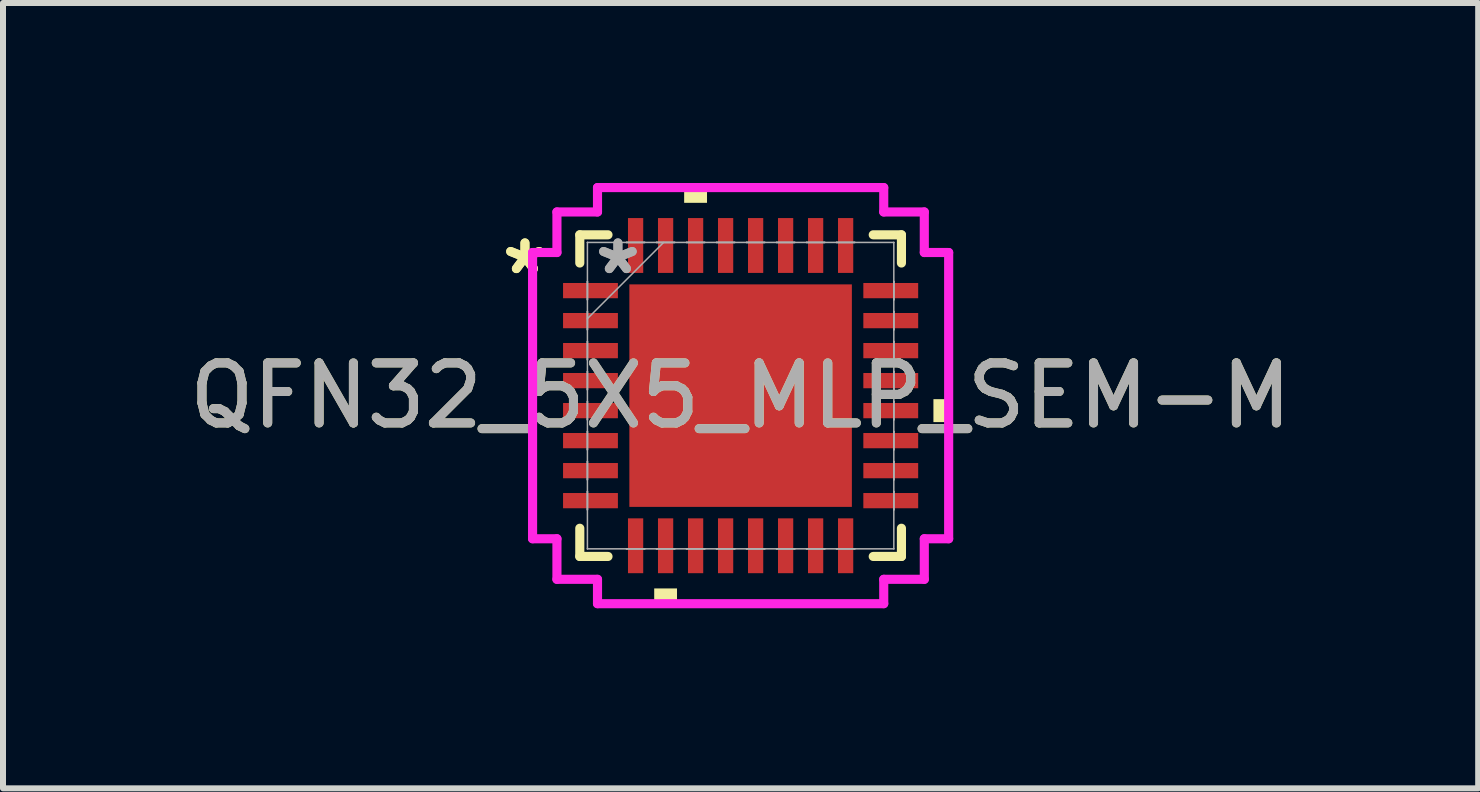
<source format=kicad_pcb>
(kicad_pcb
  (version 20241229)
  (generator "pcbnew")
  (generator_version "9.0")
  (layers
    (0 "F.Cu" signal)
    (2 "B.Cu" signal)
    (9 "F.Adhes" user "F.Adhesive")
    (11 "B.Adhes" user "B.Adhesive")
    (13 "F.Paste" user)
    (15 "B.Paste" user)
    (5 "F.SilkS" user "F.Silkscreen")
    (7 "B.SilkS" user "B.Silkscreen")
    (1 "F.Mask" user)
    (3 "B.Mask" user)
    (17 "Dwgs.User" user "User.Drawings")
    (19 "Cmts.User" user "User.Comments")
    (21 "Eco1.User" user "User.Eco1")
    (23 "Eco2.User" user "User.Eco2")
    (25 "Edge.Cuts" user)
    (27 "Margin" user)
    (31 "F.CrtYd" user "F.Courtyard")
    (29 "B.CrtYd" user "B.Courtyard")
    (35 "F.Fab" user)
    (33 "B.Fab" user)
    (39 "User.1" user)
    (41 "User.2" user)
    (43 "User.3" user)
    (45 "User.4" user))
  (footprint "QFN32_5X5_MLP_SEM-M"
    (layer "F.Cu")
    (at 9.292 3.543)
    (property "Reference" "QFN32_5X5_MLP_SEM-M" (at 0 0 0) (unlocked yes) (layer "F.SilkS") (effects (font (size 1 1) (thickness 0.15))))
    (attr smd)
    (fp_line (start -2.68 -2.68) (end -2.68 -2.21) (stroke (width 0.152) (type solid)) (layer "F.SilkS"))
    (fp_line (start -2.68 2.21) (end -2.68 2.68) (stroke (width 0.152) (type solid)) (layer "F.SilkS"))
    (fp_line (start -2.68 2.68) (end -2.21 2.68) (stroke (width 0.152) (type solid)) (layer "F.SilkS"))
    (fp_line (start -2.21 -2.68) (end -2.68 -2.68) (stroke (width 0.152) (type solid)) (layer "F.SilkS"))
    (fp_line (start 2.21 2.68) (end 2.68 2.68) (stroke (width 0.152) (type solid)) (layer "F.SilkS"))
    (fp_line (start 2.68 -2.68) (end 2.21 -2.68) (stroke (width 0.152) (type solid)) (layer "F.SilkS"))
    (fp_line (start 2.68 -2.21) (end 2.68 -2.68) (stroke (width 0.152) (type solid)) (layer "F.SilkS"))
    (fp_line (start 2.68 2.68) (end 2.68 2.21) (stroke (width 0.152) (type solid)) (layer "F.SilkS"))
    (fp_poly (pts (xy -1.44 3.213) (xy -1.44 3.467) (xy -1.06 3.467) (xy -1.06 3.213)) (stroke (width 0) (type solid)) (fill yes) (layer "F.SilkS"))
    (fp_poly (pts (xy -0.941 -3.213) (xy -0.941 -3.467) (xy -0.56 -3.467) (xy -0.56 -3.213)) (stroke (width 0) (type solid)) (fill yes) (layer "F.SilkS"))
    (fp_poly (pts (xy 3.467 0.059) (xy 3.467 0.441) (xy 3.213 0.441) (xy 3.213 0.059)) (stroke (width 0) (type solid)) (fill yes) (layer "F.SilkS"))
    (fp_poly (pts (xy -1.754 -1.754) (xy -1.754 -0.1) (xy -0.1 -0.1) (xy -0.1 -1.754)) (stroke (width 0) (type solid)) (fill yes) (layer "F.Paste"))
    (fp_poly (pts (xy -1.754 0.1) (xy -1.754 1.754) (xy -0.1 1.754) (xy -0.1 0.1)) (stroke (width 0) (type solid)) (fill yes) (layer "F.Paste"))
    (fp_poly (pts (xy 0.1 -1.754) (xy 0.1 -0.1) (xy 1.754 -0.1) (xy 1.754 -1.754)) (stroke (width 0) (type solid)) (fill yes) (layer "F.Paste"))
    (fp_poly (pts (xy 0.1 0.1) (xy 0.1 1.754) (xy 1.754 1.754) (xy 1.754 0.1)) (stroke (width 0) (type solid)) (fill yes) (layer "F.Paste"))
    (fp_line (start -3.467 -2.385) (end -3.061 -2.385) (stroke (width 0.152) (type solid)) (layer "F.CrtYd"))
    (fp_line (start -3.467 2.385) (end -3.467 -2.385) (stroke (width 0.152) (type solid)) (layer "F.CrtYd"))
    (fp_line (start -3.061 -3.061) (end -2.385 -3.061) (stroke (width 0.152) (type solid)) (layer "F.CrtYd"))
    (fp_line (start -3.061 -2.385) (end -3.061 -3.061) (stroke (width 0.152) (type solid)) (layer "F.CrtYd"))
    (fp_line (start -3.061 2.385) (end -3.467 2.385) (stroke (width 0.152) (type solid)) (layer "F.CrtYd"))
    (fp_line (start -3.061 3.061) (end -3.061 2.385) (stroke (width 0.152) (type solid)) (layer "F.CrtYd"))
    (fp_line (start -2.385 -3.467) (end 2.385 -3.467) (stroke (width 0.152) (type solid)) (layer "F.CrtYd"))
    (fp_line (start -2.385 -3.061) (end -2.385 -3.467) (stroke (width 0.152) (type solid)) (layer "F.CrtYd"))
    (fp_line (start -2.385 3.061) (end -3.061 3.061) (stroke (width 0.152) (type solid)) (layer "F.CrtYd"))
    (fp_line (start -2.385 3.467) (end -2.385 3.061) (stroke (width 0.152) (type solid)) (layer "F.CrtYd"))
    (fp_line (start 2.385 -3.467) (end 2.385 -3.061) (stroke (width 0.152) (type solid)) (layer "F.CrtYd"))
    (fp_line (start 2.385 -3.061) (end 3.061 -3.061) (stroke (width 0.152) (type solid)) (layer "F.CrtYd"))
    (fp_line (start 2.385 3.061) (end 2.385 3.467) (stroke (width 0.152) (type solid)) (layer "F.CrtYd"))
    (fp_line (start 2.385 3.467) (end -2.385 3.467) (stroke (width 0.152) (type solid)) (layer "F.CrtYd"))
    (fp_line (start 3.061 -3.061) (end 3.061 -2.385) (stroke (width 0.152) (type solid)) (layer "F.CrtYd"))
    (fp_line (start 3.061 -2.385) (end 3.467 -2.385) (stroke (width 0.152) (type solid)) (layer "F.CrtYd"))
    (fp_line (start 3.061 2.385) (end 3.061 3.061) (stroke (width 0.152) (type solid)) (layer "F.CrtYd"))
    (fp_line (start 3.061 3.061) (end 2.385 3.061) (stroke (width 0.152) (type solid)) (layer "F.CrtYd"))
    (fp_line (start 3.467 -2.385) (end 3.467 2.385) (stroke (width 0.152) (type solid)) (layer "F.CrtYd"))
    (fp_line (start 3.467 2.385) (end 3.061 2.385) (stroke (width 0.152) (type solid)) (layer "F.CrtYd"))
    (fp_line (start -2.553 -2.553) (end -2.553 -2.553) (stroke (width 0.025) (type solid)) (layer "F.Fab"))
    (fp_line (start -2.553 -2.553) (end -2.553 2.553) (stroke (width 0.025) (type solid)) (layer "F.Fab"))
    (fp_line (start -2.553 -1.902) (end -2.553 -1.902) (stroke (width 0.025) (type solid)) (layer "F.Fab"))
    (fp_line (start -2.553 -1.902) (end -2.553 -1.598) (stroke (width 0.025) (type solid)) (layer "F.Fab"))
    (fp_line (start -2.553 -1.598) (end -2.553 -1.902) (stroke (width 0.025) (type solid)) (layer "F.Fab"))
    (fp_line (start -2.553 -1.598) (end -2.553 -1.598) (stroke (width 0.025) (type solid)) (layer "F.Fab"))
    (fp_line (start -2.553 -1.402) (end -2.553 -1.402) (stroke (width 0.025) (type solid)) (layer "F.Fab"))
    (fp_line (start -2.553 -1.402) (end -2.553 -1.098) (stroke (width 0.025) (type solid)) (layer "F.Fab"))
    (fp_line (start -2.553 -1.283) (end -1.283 -2.553) (stroke (width 0.025) (type solid)) (layer "F.Fab"))
    (fp_line (start -2.553 -1.098) (end -2.553 -1.402) (stroke (width 0.025) (type solid)) (layer "F.Fab"))
    (fp_line (start -2.553 -1.098) (end -2.553 -1.098) (stroke (width 0.025) (type solid)) (layer "F.Fab"))
    (fp_line (start -2.553 -0.902) (end -2.553 -0.902) (stroke (width 0.025) (type solid)) (layer "F.Fab"))
    (fp_line (start -2.553 -0.902) (end -2.553 -0.598) (stroke (width 0.025) (type solid)) (layer "F.Fab"))
    (fp_line (start -2.553 -0.598) (end -2.553 -0.902) (stroke (width 0.025) (type solid)) (layer "F.Fab"))
    (fp_line (start -2.553 -0.598) (end -2.553 -0.598) (stroke (width 0.025) (type solid)) (layer "F.Fab"))
    (fp_line (start -2.553 -0.402) (end -2.553 -0.402) (stroke (width 0.025) (type solid)) (layer "F.Fab"))
    (fp_line (start -2.553 -0.402) (end -2.553 -0.098) (stroke (width 0.025) (type solid)) (layer "F.Fab"))
    (fp_line (start -2.553 -0.098) (end -2.553 -0.402) (stroke (width 0.025) (type solid)) (layer "F.Fab"))
    (fp_line (start -2.553 -0.098) (end -2.553 -0.098) (stroke (width 0.025) (type solid)) (layer "F.Fab"))
    (fp_line (start -2.553 0.098) (end -2.553 0.098) (stroke (width 0.025) (type solid)) (layer "F.Fab"))
    (fp_line (start -2.553 0.098) (end -2.553 0.402) (stroke (width 0.025) (type solid)) (layer "F.Fab"))
    (fp_line (start -2.553 0.402) (end -2.553 0.098) (stroke (width 0.025) (type solid)) (layer "F.Fab"))
    (fp_line (start -2.553 0.402) (end -2.553 0.402) (stroke (width 0.025) (type solid)) (layer "F.Fab"))
    (fp_line (start -2.553 0.598) (end -2.553 0.598) (stroke (width 0.025) (type solid)) (layer "F.Fab"))
    (fp_line (start -2.553 0.598) (end -2.553 0.902) (stroke (width 0.025) (type solid)) (layer "F.Fab"))
    (fp_line (start -2.553 0.902) (end -2.553 0.598) (stroke (width 0.025) (type solid)) (layer "F.Fab"))
    (fp_line (start -2.553 0.902) (end -2.553 0.902) (stroke (width 0.025) (type solid)) (layer "F.Fab"))
    (fp_line (start -2.553 1.098) (end -2.553 1.098) (stroke (width 0.025) (type solid)) (layer "F.Fab"))
    (fp_line (start -2.553 1.098) (end -2.553 1.402) (stroke (width 0.025) (type solid)) (layer "F.Fab"))
    (fp_line (start -2.553 1.402) (end -2.553 1.098) (stroke (width 0.025) (type solid)) (layer "F.Fab"))
    (fp_line (start -2.553 1.402) (end -2.553 1.402) (stroke (width 0.025) (type solid)) (layer "F.Fab"))
    (fp_line (start -2.553 1.598) (end -2.553 1.598) (stroke (width 0.025) (type solid)) (layer "F.Fab"))
    (fp_line (start -2.553 1.598) (end -2.553 1.902) (stroke (width 0.025) (type solid)) (layer "F.Fab"))
    (fp_line (start -2.553 1.902) (end -2.553 1.598) (stroke (width 0.025) (type solid)) (layer "F.Fab"))
    (fp_line (start -2.553 1.902) (end -2.553 1.902) (stroke (width 0.025) (type solid)) (layer "F.Fab"))
    (fp_line (start -2.553 2.553) (end -2.553 2.553) (stroke (width 0.025) (type solid)) (layer "F.Fab"))
    (fp_line (start -2.553 2.553) (end 2.553 2.553) (stroke (width 0.025) (type solid)) (layer "F.Fab"))
    (fp_line (start -1.902 -2.553) (end -1.902 -2.553) (stroke (width 0.025) (type solid)) (layer "F.Fab"))
    (fp_line (start -1.902 -2.553) (end -1.598 -2.553) (stroke (width 0.025) (type solid)) (layer "F.Fab"))
    (fp_line (start -1.902 2.553) (end -1.902 2.553) (stroke (width 0.025) (type solid)) (layer "F.Fab"))
    (fp_line (start -1.902 2.553) (end -1.598 2.553) (stroke (width 0.025) (type solid)) (layer "F.Fab"))
    (fp_line (start -1.598 -2.553) (end -1.902 -2.553) (stroke (width 0.025) (type solid)) (layer "F.Fab"))
    (fp_line (start -1.598 -2.553) (end -1.598 -2.553) (stroke (width 0.025) (type solid)) (layer "F.Fab"))
    (fp_line (start -1.598 2.553) (end -1.902 2.553) (stroke (width 0.025) (type solid)) (layer "F.Fab"))
    (fp_line (start -1.598 2.553) (end -1.598 2.553) (stroke (width 0.025) (type solid)) (layer "F.Fab"))
    (fp_line (start -1.402 -2.553) (end -1.402 -2.553) (stroke (width 0.025) (type solid)) (layer "F.Fab"))
    (fp_line (start -1.402 -2.553) (end -1.098 -2.553) (stroke (width 0.025) (type solid)) (layer "F.Fab"))
    (fp_line (start -1.402 2.553) (end -1.402 2.553) (stroke (width 0.025) (type solid)) (layer "F.Fab"))
    (fp_line (start -1.402 2.553) (end -1.098 2.553) (stroke (width 0.025) (type solid)) (layer "F.Fab"))
    (fp_line (start -1.098 -2.553) (end -1.402 -2.553) (stroke (width 0.025) (type solid)) (layer "F.Fab"))
    (fp_line (start -1.098 -2.553) (end -1.098 -2.553) (stroke (width 0.025) (type solid)) (layer "F.Fab"))
    (fp_line (start -1.098 2.553) (end -1.402 2.553) (stroke (width 0.025) (type solid)) (layer "F.Fab"))
    (fp_line (start -1.098 2.553) (end -1.098 2.553) (stroke (width 0.025) (type solid)) (layer "F.Fab"))
    (fp_line (start -0.902 -2.553) (end -0.902 -2.553) (stroke (width 0.025) (type solid)) (layer "F.Fab"))
    (fp_line (start -0.902 -2.553) (end -0.598 -2.553) (stroke (width 0.025) (type solid)) (layer "F.Fab"))
    (fp_line (start -0.902 2.553) (end -0.902 2.553) (stroke (width 0.025) (type solid)) (layer "F.Fab"))
    (fp_line (start -0.902 2.553) (end -0.598 2.553) (stroke (width 0.025) (type solid)) (layer "F.Fab"))
    (fp_line (start -0.598 -2.553) (end -0.902 -2.553) (stroke (width 0.025) (type solid)) (layer "F.Fab"))
    (fp_line (start -0.598 -2.553) (end -0.598 -2.553) (stroke (width 0.025) (type solid)) (layer "F.Fab"))
    (fp_line (start -0.598 2.553) (end -0.902 2.553) (stroke (width 0.025) (type solid)) (layer "F.Fab"))
    (fp_line (start -0.598 2.553) (end -0.598 2.553) (stroke (width 0.025) (type solid)) (layer "F.Fab"))
    (fp_line (start -0.402 -2.553) (end -0.402 -2.553) (stroke (width 0.025) (type solid)) (layer "F.Fab"))
    (fp_line (start -0.402 -2.553) (end -0.098 -2.553) (stroke (width 0.025) (type solid)) (layer "F.Fab"))
    (fp_line (start -0.402 2.553) (end -0.402 2.553) (stroke (width 0.025) (type solid)) (layer "F.Fab"))
    (fp_line (start -0.402 2.553) (end -0.098 2.553) (stroke (width 0.025) (type solid)) (layer "F.Fab"))
    (fp_line (start -0.098 -2.553) (end -0.402 -2.553) (stroke (width 0.025) (type solid)) (layer "F.Fab"))
    (fp_line (start -0.098 -2.553) (end -0.098 -2.553) (stroke (width 0.025) (type solid)) (layer "F.Fab"))
    (fp_line (start -0.098 2.553) (end -0.402 2.553) (stroke (width 0.025) (type solid)) (layer "F.Fab"))
    (fp_line (start -0.098 2.553) (end -0.098 2.553) (stroke (width 0.025) (type solid)) (layer "F.Fab"))
    (fp_line (start 0.098 -2.553) (end 0.098 -2.553) (stroke (width 0.025) (type solid)) (layer "F.Fab"))
    (fp_line (start 0.098 -2.553) (end 0.402 -2.553) (stroke (width 0.025) (type solid)) (layer "F.Fab"))
    (fp_line (start 0.098 2.553) (end 0.098 2.553) (stroke (width 0.025) (type solid)) (layer "F.Fab"))
    (fp_line (start 0.098 2.553) (end 0.402 2.553) (stroke (width 0.025) (type solid)) (layer "F.Fab"))
    (fp_line (start 0.402 -2.553) (end 0.098 -2.553) (stroke (width 0.025) (type solid)) (layer "F.Fab"))
    (fp_line (start 0.402 -2.553) (end 0.402 -2.553) (stroke (width 0.025) (type solid)) (layer "F.Fab"))
    (fp_line (start 0.402 2.553) (end 0.098 2.553) (stroke (width 0.025) (type solid)) (layer "F.Fab"))
    (fp_line (start 0.402 2.553) (end 0.402 2.553) (stroke (width 0.025) (type solid)) (layer "F.Fab"))
    (fp_line (start 0.598 -2.553) (end 0.598 -2.553) (stroke (width 0.025) (type solid)) (layer "F.Fab"))
    (fp_line (start 0.598 -2.553) (end 0.902 -2.553) (stroke (width 0.025) (type solid)) (layer "F.Fab"))
    (fp_line (start 0.598 2.553) (end 0.598 2.553) (stroke (width 0.025) (type solid)) (layer "F.Fab"))
    (fp_line (start 0.598 2.553) (end 0.902 2.553) (stroke (width 0.025) (type solid)) (layer "F.Fab"))
    (fp_line (start 0.902 -2.553) (end 0.598 -2.553) (stroke (width 0.025) (type solid)) (layer "F.Fab"))
    (fp_line (start 0.902 -2.553) (end 0.902 -2.553) (stroke (width 0.025) (type solid)) (layer "F.Fab"))
    (fp_line (start 0.902 2.553) (end 0.598 2.553) (stroke (width 0.025) (type solid)) (layer "F.Fab"))
    (fp_line (start 0.902 2.553) (end 0.902 2.553) (stroke (width 0.025) (type solid)) (layer "F.Fab"))
    (fp_line (start 1.098 -2.553) (end 1.098 -2.553) (stroke (width 0.025) (type solid)) (layer "F.Fab"))
    (fp_line (start 1.098 -2.553) (end 1.402 -2.553) (stroke (width 0.025) (type solid)) (layer "F.Fab"))
    (fp_line (start 1.098 2.553) (end 1.098 2.553) (stroke (width 0.025) (type solid)) (layer "F.Fab"))
    (fp_line (start 1.098 2.553) (end 1.402 2.553) (stroke (width 0.025) (type solid)) (layer "F.Fab"))
    (fp_line (start 1.402 -2.553) (end 1.098 -2.553) (stroke (width 0.025) (type solid)) (layer "F.Fab"))
    (fp_line (start 1.402 -2.553) (end 1.402 -2.553) (stroke (width 0.025) (type solid)) (layer "F.Fab"))
    (fp_line (start 1.402 2.553) (end 1.098 2.553) (stroke (width 0.025) (type solid)) (layer "F.Fab"))
    (fp_line (start 1.402 2.553) (end 1.402 2.553) (stroke (width 0.025) (type solid)) (layer "F.Fab"))
    (fp_line (start 1.598 -2.553) (end 1.598 -2.553) (stroke (width 0.025) (type solid)) (layer "F.Fab"))
    (fp_line (start 1.598 -2.553) (end 1.902 -2.553) (stroke (width 0.025) (type solid)) (layer "F.Fab"))
    (fp_line (start 1.598 2.553) (end 1.598 2.553) (stroke (width 0.025) (type solid)) (layer "F.Fab"))
    (fp_line (start 1.598 2.553) (end 1.902 2.553) (stroke (width 0.025) (type solid)) (layer "F.Fab"))
    (fp_line (start 1.902 -2.553) (end 1.598 -2.553) (stroke (width 0.025) (type solid)) (layer "F.Fab"))
    (fp_line (start 1.902 -2.553) (end 1.902 -2.553) (stroke (width 0.025) (type solid)) (layer "F.Fab"))
    (fp_line (start 1.902 2.553) (end 1.598 2.553) (stroke (width 0.025) (type solid)) (layer "F.Fab"))
    (fp_line (start 1.902 2.553) (end 1.902 2.553) (stroke (width 0.025) (type solid)) (layer "F.Fab"))
    (fp_line (start 2.553 -2.553) (end -2.553 -2.553) (stroke (width 0.025) (type solid)) (layer "F.Fab"))
    (fp_line (start 2.553 -2.553) (end 2.553 -2.553) (stroke (width 0.025) (type solid)) (layer "F.Fab"))
    (fp_line (start 2.553 -1.902) (end 2.553 -1.902) (stroke (width 0.025) (type solid)) (layer "F.Fab"))
    (fp_line (start 2.553 -1.902) (end 2.553 -1.598) (stroke (width 0.025) (type solid)) (layer "F.Fab"))
    (fp_line (start 2.553 -1.598) (end 2.553 -1.902) (stroke (width 0.025) (type solid)) (layer "F.Fab"))
    (fp_line (start 2.553 -1.598) (end 2.553 -1.598) (stroke (width 0.025) (type solid)) (layer "F.Fab"))
    (fp_line (start 2.553 -1.402) (end 2.553 -1.402) (stroke (width 0.025) (type solid)) (layer "F.Fab"))
    (fp_line (start 2.553 -1.402) (end 2.553 -1.098) (stroke (width 0.025) (type solid)) (layer "F.Fab"))
    (fp_line (start 2.553 -1.098) (end 2.553 -1.402) (stroke (width 0.025) (type solid)) (layer "F.Fab"))
    (fp_line (start 2.553 -1.098) (end 2.553 -1.098) (stroke (width 0.025) (type solid)) (layer "F.Fab"))
    (fp_line (start 2.553 -0.902) (end 2.553 -0.902) (stroke (width 0.025) (type solid)) (layer "F.Fab"))
    (fp_line (start 2.553 -0.902) (end 2.553 -0.598) (stroke (width 0.025) (type solid)) (layer "F.Fab"))
    (fp_line (start 2.553 -0.598) (end 2.553 -0.902) (stroke (width 0.025) (type solid)) (layer "F.Fab"))
    (fp_line (start 2.553 -0.598) (end 2.553 -0.598) (stroke (width 0.025) (type solid)) (layer "F.Fab"))
    (fp_line (start 2.553 -0.402) (end 2.553 -0.402) (stroke (width 0.025) (type solid)) (layer "F.Fab"))
    (fp_line (start 2.553 -0.402) (end 2.553 -0.098) (stroke (width 0.025) (type solid)) (layer "F.Fab"))
    (fp_line (start 2.553 -0.098) (end 2.553 -0.402) (stroke (width 0.025) (type solid)) (layer "F.Fab"))
    (fp_line (start 2.553 -0.098) (end 2.553 -0.098) (stroke (width 0.025) (type solid)) (layer "F.Fab"))
    (fp_line (start 2.553 0.098) (end 2.553 0.098) (stroke (width 0.025) (type solid)) (layer "F.Fab"))
    (fp_line (start 2.553 0.098) (end 2.553 0.402) (stroke (width 0.025) (type solid)) (layer "F.Fab"))
    (fp_line (start 2.553 0.402) (end 2.553 0.098) (stroke (width 0.025) (type solid)) (layer "F.Fab"))
    (fp_line (start 2.553 0.402) (end 2.553 0.402) (stroke (width 0.025) (type solid)) (layer "F.Fab"))
    (fp_line (start 2.553 0.598) (end 2.553 0.598) (stroke (width 0.025) (type solid)) (layer "F.Fab"))
    (fp_line (start 2.553 0.598) (end 2.553 0.902) (stroke (width 0.025) (type solid)) (layer "F.Fab"))
    (fp_line (start 2.553 0.902) (end 2.553 0.598) (stroke (width 0.025) (type solid)) (layer "F.Fab"))
    (fp_line (start 2.553 0.902) (end 2.553 0.902) (stroke (width 0.025) (type solid)) (layer "F.Fab"))
    (fp_line (start 2.553 1.098) (end 2.553 1.098) (stroke (width 0.025) (type solid)) (layer "F.Fab"))
    (fp_line (start 2.553 1.098) (end 2.553 1.402) (stroke (width 0.025) (type solid)) (layer "F.Fab"))
    (fp_line (start 2.553 1.402) (end 2.553 1.098) (stroke (width 0.025) (type solid)) (layer "F.Fab"))
    (fp_line (start 2.553 1.402) (end 2.553 1.402) (stroke (width 0.025) (type solid)) (layer "F.Fab"))
    (fp_line (start 2.553 1.598) (end 2.553 1.598) (stroke (width 0.025) (type solid)) (layer "F.Fab"))
    (fp_line (start 2.553 1.598) (end 2.553 1.902) (stroke (width 0.025) (type solid)) (layer "F.Fab"))
    (fp_line (start 2.553 1.902) (end 2.553 1.598) (stroke (width 0.025) (type solid)) (layer "F.Fab"))
    (fp_line (start 2.553 1.902) (end 2.553 1.902) (stroke (width 0.025) (type solid)) (layer "F.Fab"))
    (fp_line (start 2.553 2.553) (end 2.553 -2.553) (stroke (width 0.025) (type solid)) (layer "F.Fab"))
    (fp_line (start 2.553 2.553) (end 2.553 2.553) (stroke (width 0.025) (type solid)) (layer "F.Fab"))
    (fp_text user "*" (at -3.594 -2 0) (unlocked yes) (layer "F.SilkS") (effects (font (size 1 1) (thickness 0.15))))
    (fp_text user "*" (at -3.594 -2 0) (layer "F.SilkS") (effects (font (size 1 1) (thickness 0.15))))
    (fp_text user "*" (at -2.045 -2 0) (unlocked yes) (layer "F.Fab") (effects (font (size 1 1) (thickness 0.15))))
    (fp_text user "*" (at -2.045 -2 0) (layer "F.Fab") (effects (font (size 1 1) (thickness 0.15))))
    (fp_text user "${REFERENCE}" (at 0 0 0) (unlocked yes) (layer "F.Fab") (effects (font (size 1 1) (thickness 0.15))))
    (pad "1" smd rect (at -2.502 -1.75 90) (size 0.254 0.914) (layers "F.Cu" "F.Mask" "F.Paste"))
    (pad "2" smd rect (at -2.502 -1.25 90) (size 0.254 0.914) (layers "F.Cu" "F.Mask" "F.Paste"))
    (pad "3" smd rect (at -2.502 -0.75 90) (size 0.254 0.914) (layers "F.Cu" "F.Mask" "F.Paste"))
    (pad "4" smd rect (at -2.502 -0.25 90) (size 0.254 0.914) (layers "F.Cu" "F.Mask" "F.Paste"))
    (pad "5" smd rect (at -2.502 0.25 90) (size 0.254 0.914) (layers "F.Cu" "F.Mask" "F.Paste"))
    (pad "6" smd rect (at -2.502 0.75 90) (size 0.254 0.914) (layers "F.Cu" "F.Mask" "F.Paste"))
    (pad "7" smd rect (at -2.502 1.25 90) (size 0.254 0.914) (layers "F.Cu" "F.Mask" "F.Paste"))
    (pad "8" smd rect (at -2.502 1.75 90) (size 0.254 0.914) (layers "F.Cu" "F.Mask" "F.Paste"))
    (pad "9" smd rect (at -1.75 2.502) (size 0.254 0.914) (layers "F.Cu" "F.Mask" "F.Paste"))
    (pad "10" smd rect (at -1.25 2.502) (size 0.254 0.914) (layers "F.Cu" "F.Mask" "F.Paste"))
    (pad "11" smd rect (at -0.75 2.502) (size 0.254 0.914) (layers "F.Cu" "F.Mask" "F.Paste"))
    (pad "12" smd rect (at -0.25 2.502) (size 0.254 0.914) (layers "F.Cu" "F.Mask" "F.Paste"))
    (pad "13" smd rect (at 0.25 2.502) (size 0.254 0.914) (layers "F.Cu" "F.Mask" "F.Paste"))
    (pad "14" smd rect (at 0.75 2.502) (size 0.254 0.914) (layers "F.Cu" "F.Mask" "F.Paste"))
    (pad "15" smd rect (at 1.25 2.502) (size 0.254 0.914) (layers "F.Cu" "F.Mask" "F.Paste"))
    (pad "16" smd rect (at 1.75 2.502) (size 0.254 0.914) (layers "F.Cu" "F.Mask" "F.Paste"))
    (pad "17" smd rect (at 2.502 1.75 90) (size 0.254 0.914) (layers "F.Cu" "F.Mask" "F.Paste"))
    (pad "18" smd rect (at 2.502 1.25 90) (size 0.254 0.914) (layers "F.Cu" "F.Mask" "F.Paste"))
    (pad "19" smd rect (at 2.502 0.75 90) (size 0.254 0.914) (layers "F.Cu" "F.Mask" "F.Paste"))
    (pad "20" smd rect (at 2.502 0.25 90) (size 0.254 0.914) (layers "F.Cu" "F.Mask" "F.Paste"))
    (pad "21" smd rect (at 2.502 -0.25 90) (size 0.254 0.914) (layers "F.Cu" "F.Mask" "F.Paste"))
    (pad "22" smd rect (at 2.502 -0.75 90) (size 0.254 0.914) (layers "F.Cu" "F.Mask" "F.Paste"))
    (pad "23" smd rect (at 2.502 -1.25 90) (size 0.254 0.914) (layers "F.Cu" "F.Mask" "F.Paste"))
    (pad "24" smd rect (at 2.502 -1.75 90) (size 0.254 0.914) (layers "F.Cu" "F.Mask" "F.Paste"))
    (pad "25" smd rect (at 1.75 -2.502) (size 0.254 0.914) (layers "F.Cu" "F.Mask" "F.Paste"))
    (pad "26" smd rect (at 1.25 -2.502) (size 0.254 0.914) (layers "F.Cu" "F.Mask" "F.Paste"))
    (pad "27" smd rect (at 0.75 -2.502) (size 0.254 0.914) (layers "F.Cu" "F.Mask" "F.Paste"))
    (pad "28" smd rect (at 0.25 -2.502) (size 0.254 0.914) (layers "F.Cu" "F.Mask" "F.Paste"))
    (pad "29" smd rect (at -0.25 -2.502) (size 0.254 0.914) (layers "F.Cu" "F.Mask" "F.Paste"))
    (pad "30" smd rect (at -0.75 -2.502) (size 0.254 0.914) (layers "F.Cu" "F.Mask" "F.Paste"))
    (pad "31" smd rect (at -1.25 -2.502) (size 0.254 0.914) (layers "F.Cu" "F.Mask" "F.Paste"))
    (pad "32" smd rect (at -1.75 -2.502) (size 0.254 0.914) (layers "F.Cu" "F.Mask" "F.Paste"))
    (pad "33" smd rect (at 0 0) (size 3.708 3.708) (layers "F.Cu" "F.Mask" "F.Paste")))
  (gr_rect
    (start -3 -3)
    (end 21.583 10.087)
    (stroke (width 0.1) (type default))
    (fill no)
    (layer "Edge.Cuts")))
</source>
